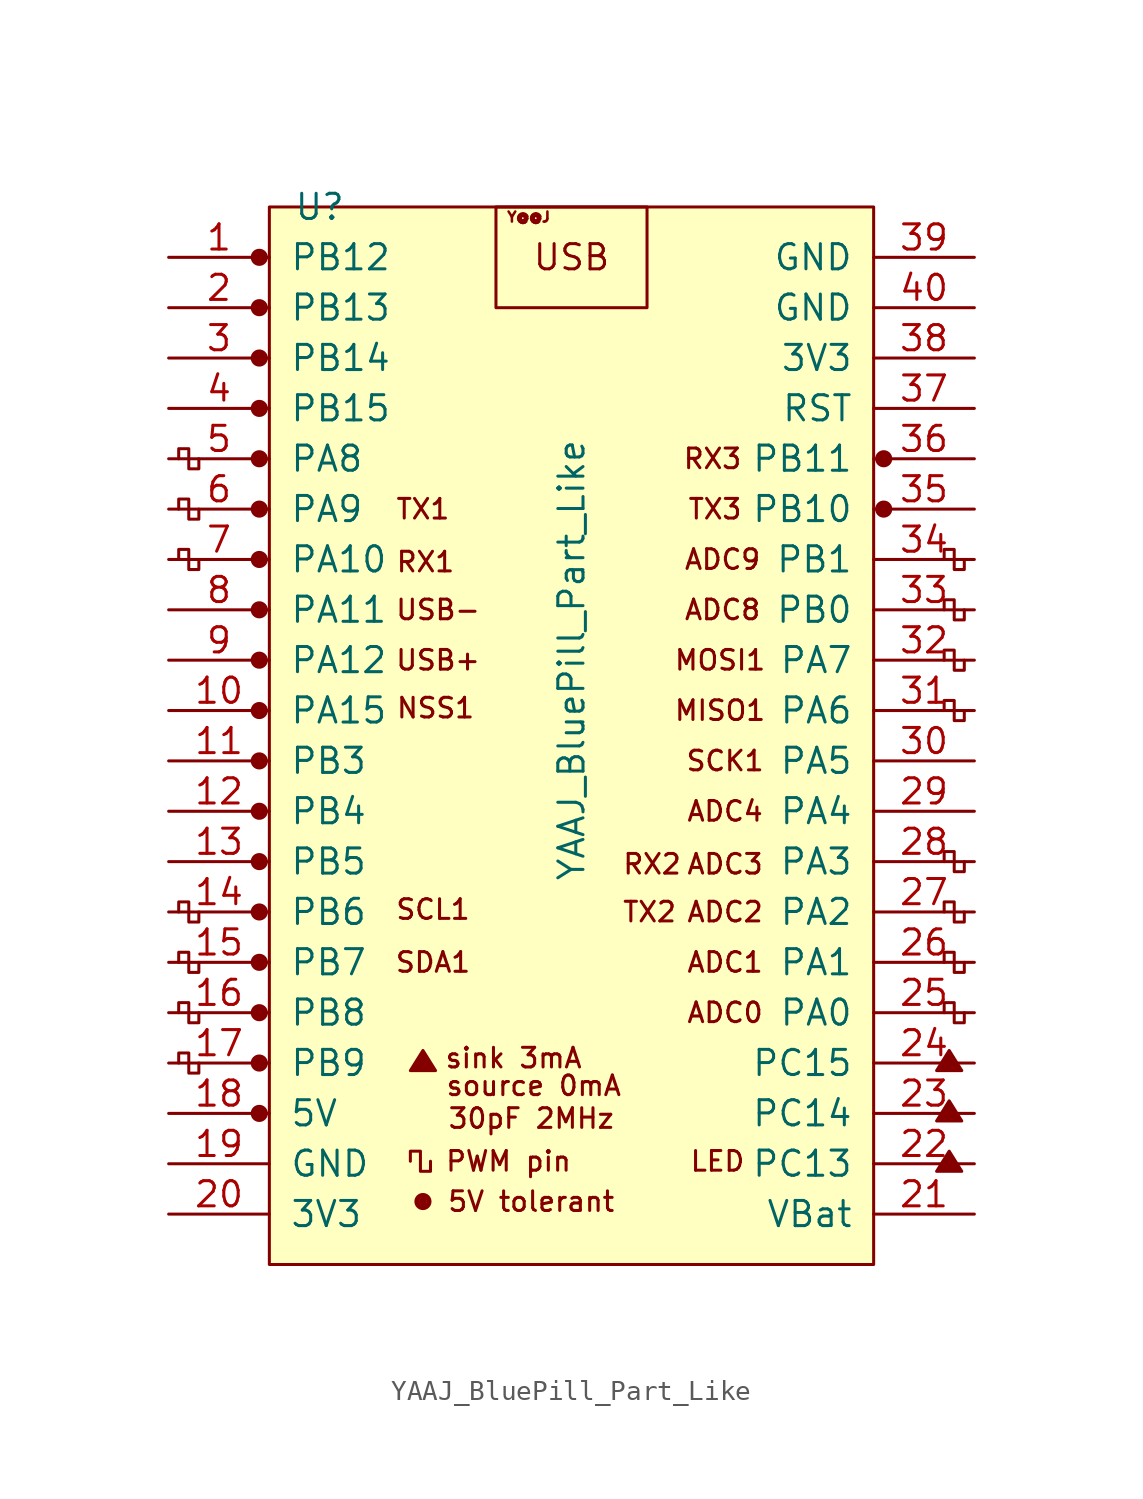
<source format=kicad_sym>
(kicad_symbol_lib
  (version 20210619)
  (generator kicad_symbol_editor)
  (symbol "YAAJ_BluePill_Part_Like"
    (pin_names
      (offset 1.016))
    (property "Reference" "U"
      (at -12.7 25.4 0)
      (effects (font (size 1.27 1.27))))
    (property "Value" "YAAJ_BluePill_Part_Like"
      (at 0 2.54 90)
      (effects (font (size 1.27 1.27))))
    (symbol "YAAJ_BluePill_Part_Like_0_0"
      (circle (center -7.493 -24.765) (radius 0.254) (stroke (width 0)) (fill (type none)))
      (circle (center -7.493 -24.765) (radius 0.356) (stroke (width 0)) (fill (type none)))
      (circle (center 15.748 10.16) (radius 0.356) (stroke (width 0)) (fill (type none)))
      (circle (center 15.748 12.7) (radius 0.356) (stroke (width 0)) (fill (type none)))
      (circle (center -15.748 -20.32) (radius 0.356) (stroke (width 0)) (fill (type outline)))
      (circle (center -15.748 -17.78) (radius 0.356) (stroke (width 0)) (fill (type outline)))
      (circle (center -15.748 -15.24) (radius 0.356) (stroke (width 0)) (fill (type outline)))
      (circle (center -15.748 -12.7) (radius 0.356) (stroke (width 0)) (fill (type outline)))
      (circle (center -15.748 -10.16) (radius 0.356) (stroke (width 0)) (fill (type outline)))
      (circle (center -15.748 -7.62) (radius 0.356) (stroke (width 0)) (fill (type outline)))
      (circle (center -15.748 -5.08) (radius 0.356) (stroke (width 0)) (fill (type outline)))
      (circle (center -15.748 -2.54) (radius 0.356) (stroke (width 0)) (fill (type outline)))
      (circle (center -15.748 0) (radius 0.356) (stroke (width 0)) (fill (type outline)))
      (circle (center -15.748 2.54) (radius 0.356) (stroke (width 0)) (fill (type outline)))
      (circle (center -15.748 5.08) (radius 0.356) (stroke (width 0)) (fill (type outline)))
      (circle (center -15.748 7.62) (radius 0.356) (stroke (width 0)) (fill (type outline)))
      (circle (center -15.748 10.16) (radius 0.356) (stroke (width 0)) (fill (type outline)))
      (circle (center -15.748 12.7) (radius 0.356) (stroke (width 0)) (fill (type outline)))
      (circle (center -15.748 15.24) (radius 0.356) (stroke (width 0)) (fill (type outline)))
      (circle (center -15.748 17.78) (radius 0.356) (stroke (width 0)) (fill (type outline)))
      (circle (center -15.748 22.86) (radius 0.356) (stroke (width 0)) (fill (type outline)))
      (circle (center -7.493 -24.765) (radius 0.127) (stroke (width 0)) (fill (type outline)))
      (circle (center 15.748 10.16) (radius 0.254) (stroke (width 0)) (fill (type outline)))
      (circle (center 15.748 12.7) (radius 0.254) (stroke (width 0)) (fill (type outline)))
      (text "30pF 2MHz" (at -2.032 -20.574 0) (effects (font (size 0.991 0.991))))
      (text "5V tolerant" (at -2.032 -24.765 0) (effects (font (size 0.991 0.991))))
      (text "ADC0" (at 7.747 -15.24 0) (effects (font (size 0.991 0.991))))
      (text "ADC1" (at 7.747 -12.7 0) (effects (font (size 0.991 0.991))))
      (text "ADC2" (at 7.747 -10.16 0) (effects (font (size 0.991 0.991))))
      (text "ADC3" (at 7.747 -7.747 0) (effects (font (size 0.991 0.991))))
      (text "ADC4" (at 7.747 -5.08 0) (effects (font (size 0.991 0.991))))
      (text "ADC8" (at 7.62 5.08 0) (effects (font (size 0.991 0.991))))
      (text "ADC9" (at 7.62 7.62 0) (effects (font (size 0.991 0.991))))
      (text "LED" (at 7.366 -22.733 0) (effects (font (size 0.991 0.991))))
      (text "MISO1" (at 7.493 0 0) (effects (font (size 0.991 0.991))))
      (text "MOSI1" (at 7.493 2.54 0) (effects (font (size 0.991 0.991))))
      (text "NSS1" (at -6.858 0.127 0) (effects (font (size 0.991 0.991))))
      (text "PWM pin" (at -3.175 -22.733 0) (effects (font (size 0.991 0.991))))
      (text "RX1" (at -7.366 7.493 0) (effects (font (size 0.991 0.991))))
      (text "RX2" (at 4.064 -7.747 0) (effects (font (size 0.991 0.991))))
      (text "RX3" (at 7.112 12.7 0) (effects (font (size 0.991 0.991))))
      (text "SCK1" (at 7.747 -2.54 0) (effects (font (size 0.991 0.991))))
      (text "SCL1" (at -6.985 -10.033 0) (effects (font (size 0.991 0.991))))
      (text "SDA1" (at -6.985 -12.7 0) (effects (font (size 0.991 0.991))))
      (text "sink 3mA" (at -2.921 -17.526 0) (effects (font (size 0.991 0.991))))
      (text "source 0mA" (at -1.905 -18.923 0) (effects (font (size 0.991 0.991))))
      (text "TX1" (at -7.493 10.16 0) (effects (font (size 0.991 0.991))))
      (text "TX2" (at 3.937 -10.16 0) (effects (font (size 0.991 0.991))))
      (text "TX3" (at 7.239 10.16 0) (effects (font (size 0.991 0.991))))
      (text "USB" (at 0 22.86 0) (effects (font (size 1.27 1.27))))
      (text "USB+" (at -6.731 2.54 0) (effects (font (size 0.991 0.991))))
      (text "USB-" (at -6.731 5.08 0) (effects (font (size 0.991 0.991))))
      (text "Y@@J" (at -2.159 24.892 0) (effects (font (size 0.508 0.508))))
      (polyline (pts (xy -8.128 -18.161) (xy -7.493 -17.145) (xy -6.858 -18.161) (xy -8.128 -18.161) (xy -7.493 -17.272) (xy -6.985 -18.161) (xy -8.001 -18.034) (xy -7.493 -17.399) (xy -7.112 -18.161) (xy -7.874 -17.907) (xy -7.366 -17.526) (xy -7.239 -18.161) (xy -7.747 -17.78) (xy -7.239 -17.653) (xy -7.366 -18.034) (xy -7.62 -17.78) (xy -7.366 -17.907) (xy -7.493 -17.653)) (stroke (width 0)) (fill (type none)))
      (polyline (pts (xy 18.415 -23.241) (xy 19.05 -22.225) (xy 19.685 -23.241) (xy 18.415 -23.241) (xy 19.05 -22.352) (xy 19.558 -23.241) (xy 18.542 -23.114) (xy 19.05 -22.479) (xy 19.431 -23.241) (xy 18.669 -22.987) (xy 19.177 -22.606) (xy 19.304 -23.241) (xy 18.796 -22.86) (xy 19.304 -22.733) (xy 19.177 -23.114) (xy 18.923 -22.86) (xy 19.177 -22.987) (xy 19.05 -22.733)) (stroke (width 0)) (fill (type none)))
      (polyline (pts (xy 18.415 -20.701) (xy 19.05 -19.685) (xy 19.685 -20.701) (xy 18.415 -20.701) (xy 19.05 -19.812) (xy 19.558 -20.701) (xy 18.542 -20.574) (xy 19.05 -19.939) (xy 19.431 -20.701) (xy 18.669 -20.447) (xy 19.177 -20.066) (xy 19.304 -20.701) (xy 18.796 -20.32) (xy 19.304 -20.193) (xy 19.177 -20.574) (xy 18.923 -20.32) (xy 19.177 -20.447) (xy 19.05 -20.193)) (stroke (width 0)) (fill (type none)))
      (polyline (pts (xy 18.415 -18.161) (xy 19.05 -17.145) (xy 19.685 -18.161) (xy 18.415 -18.161) (xy 19.05 -17.272) (xy 19.558 -18.161) (xy 18.542 -18.034) (xy 19.05 -17.399) (xy 19.431 -18.161) (xy 18.669 -17.907) (xy 19.177 -17.526) (xy 19.304 -18.161) (xy 18.796 -17.78) (xy 19.304 -17.653) (xy 19.177 -18.034) (xy 18.923 -17.78) (xy 19.177 -17.907) (xy 19.05 -17.653)) (stroke (width 0)) (fill (type none))))
    (symbol "YAAJ_BluePill_Part_Like_0_1"
      (rectangle (start 3.81 25.4) (end -3.81 20.32) (stroke (width 0)) (fill (type none)))
      (rectangle (start -15.24 25.4) (end 15.24 -27.94) (stroke (width 0)) (fill (type background)))
      (polyline (pts (xy -18.796 -17.78) (xy -18.796 -18.288) (xy -19.304 -18.288) (xy -19.304 -17.272) (xy -19.812 -17.272) (xy -19.812 -17.78)) (stroke (width 0)) (fill (type none)))
      (polyline (pts (xy -18.796 -15.24) (xy -18.796 -15.748) (xy -19.304 -15.748) (xy -19.304 -14.732) (xy -19.812 -14.732) (xy -19.812 -15.24)) (stroke (width 0)) (fill (type none)))
      (polyline (pts (xy -18.796 -12.7) (xy -18.796 -13.208) (xy -19.304 -13.208) (xy -19.304 -12.192) (xy -19.812 -12.192) (xy -19.812 -12.7)) (stroke (width 0)) (fill (type none)))
      (polyline (pts (xy -18.796 -10.16) (xy -18.796 -10.668) (xy -19.304 -10.668) (xy -19.304 -9.652) (xy -19.812 -9.652) (xy -19.812 -10.16)) (stroke (width 0)) (fill (type none)))
      (polyline (pts (xy -18.796 7.62) (xy -18.796 7.112) (xy -19.304 7.112) (xy -19.304 8.128) (xy -19.812 8.128) (xy -19.812 7.62)) (stroke (width 0)) (fill (type none)))
      (polyline (pts (xy -18.796 10.16) (xy -18.796 9.652) (xy -19.304 9.652) (xy -19.304 10.668) (xy -19.812 10.668) (xy -19.812 10.16)) (stroke (width 0)) (fill (type none)))
      (polyline (pts (xy -18.796 12.7) (xy -18.796 12.192) (xy -19.304 12.192) (xy -19.304 13.208) (xy -19.812 13.208) (xy -19.812 12.7)) (stroke (width 0)) (fill (type none)))
      (polyline (pts (xy -7.112 -22.733) (xy -7.112 -23.241) (xy -7.62 -23.241) (xy -7.62 -22.225) (xy -8.128 -22.225) (xy -8.128 -22.733)) (stroke (width 0)) (fill (type none)))
      (polyline (pts (xy 19.812 -15.24) (xy 19.812 -15.748) (xy 19.304 -15.748) (xy 19.304 -14.732) (xy 18.796 -14.732) (xy 18.796 -15.24)) (stroke (width 0)) (fill (type none)))
      (polyline (pts (xy 19.812 -12.7) (xy 19.812 -13.208) (xy 19.304 -13.208) (xy 19.304 -12.192) (xy 18.796 -12.192) (xy 18.796 -12.7)) (stroke (width 0)) (fill (type none)))
      (polyline (pts (xy 19.812 -10.16) (xy 19.812 -10.668) (xy 19.304 -10.668) (xy 19.304 -9.652) (xy 18.796 -9.652) (xy 18.796 -10.16)) (stroke (width 0)) (fill (type none)))
      (polyline (pts (xy 19.812 -7.62) (xy 19.812 -8.128) (xy 19.304 -8.128) (xy 19.304 -7.112) (xy 18.796 -7.112) (xy 18.796 -7.62)) (stroke (width 0)) (fill (type none)))
      (polyline (pts (xy 19.812 0) (xy 19.812 -0.508) (xy 19.304 -0.508) (xy 19.304 0.508) (xy 18.796 0.508) (xy 18.796 0)) (stroke (width 0)) (fill (type none)))
      (polyline (pts (xy 19.812 2.54) (xy 19.812 2.032) (xy 19.304 2.032) (xy 19.304 3.048) (xy 18.796 3.048) (xy 18.796 2.54)) (stroke (width 0)) (fill (type none)))
      (polyline (pts (xy 19.812 5.08) (xy 19.812 4.572) (xy 19.304 4.572) (xy 19.304 5.588) (xy 18.796 5.588) (xy 18.796 5.08)) (stroke (width 0)) (fill (type none)))
      (polyline (pts (xy 19.812 7.62) (xy 19.812 7.112) (xy 19.304 7.112) (xy 19.304 8.128) (xy 18.796 8.128) (xy 18.796 7.62)) (stroke (width 0)) (fill (type none))))
    (symbol "YAAJ_BluePill_Part_Like_1_1"
      (circle (center -15.748 20.32) (radius 0.356) (stroke (width 0)) (fill (type outline)))
      (pin bidirectional line (at -20.32 22.86 0) (length 5.08) (name "PB12" (effects (font (size 1.27 1.27)))) (number "1" (effects (font (size 1.27 1.27)))))
      (pin bidirectional line (at -20.32 0 0) (length 5.08) (name "PA15" (effects (font (size 1.27 1.27)))) (number "10" (effects (font (size 1.27 1.27)))))
      (pin bidirectional line (at -20.32 -2.54 0) (length 5.08) (name "PB3" (effects (font (size 1.27 1.27)))) (number "11" (effects (font (size 1.27 1.27)))))
      (pin bidirectional line (at -20.32 -5.08 0) (length 5.08) (name "PB4" (effects (font (size 1.27 1.27)))) (number "12" (effects (font (size 1.27 1.27)))))
      (pin bidirectional line (at -20.32 -7.62 0) (length 5.08) (name "PB5" (effects (font (size 1.27 1.27)))) (number "13" (effects (font (size 1.27 1.27)))))
      (pin bidirectional line (at -20.32 -10.16 0) (length 5.08) (name "PB6" (effects (font (size 1.27 1.27)))) (number "14" (effects (font (size 1.27 1.27)))))
      (pin bidirectional line (at -20.32 -12.7 0) (length 5.08) (name "PB7" (effects (font (size 1.27 1.27)))) (number "15" (effects (font (size 1.27 1.27)))))
      (pin bidirectional line (at -20.32 -15.24 0) (length 5.08) (name "PB8" (effects (font (size 1.27 1.27)))) (number "16" (effects (font (size 1.27 1.27)))))
      (pin bidirectional line (at -20.32 -17.78 0) (length 5.08) (name "PB9" (effects (font (size 1.27 1.27)))) (number "17" (effects (font (size 1.27 1.27)))))
      (pin power_in line (at -20.32 -20.32 0) (length 5.08) (name "5V" (effects (font (size 1.27 1.27)))) (number "18" (effects (font (size 1.27 1.27)))))
      (pin power_in line (at -20.32 -22.86 0) (length 5.08) (name "GND" (effects (font (size 1.27 1.27)))) (number "19" (effects (font (size 1.27 1.27)))))
      (pin bidirectional line (at -20.32 20.32 0) (length 5.08) (name "PB13" (effects (font (size 1.27 1.27)))) (number "2" (effects (font (size 1.27 1.27)))))
      (pin power_in line (at -20.32 -25.4 0) (length 5.08) (name "3V3" (effects (font (size 1.27 1.27)))) (number "20" (effects (font (size 1.27 1.27)))))
      (pin power_in line (at 20.32 -25.4 180) (length 5.08) (name "VBat" (effects (font (size 1.27 1.27)))) (number "21" (effects (font (size 1.27 1.27)))))
      (pin bidirectional line (at 20.32 -22.86 180) (length 5.08) (name "PC13" (effects (font (size 1.27 1.27)))) (number "22" (effects (font (size 1.27 1.27)))))
      (pin bidirectional line (at 20.32 -20.32 180) (length 5.08) (name "PC14" (effects (font (size 1.27 1.27)))) (number "23" (effects (font (size 1.27 1.27)))))
      (pin bidirectional line (at 20.32 -17.78 180) (length 5.08) (name "PC15" (effects (font (size 1.27 1.27)))) (number "24" (effects (font (size 1.27 1.27)))))
      (pin bidirectional line (at 20.32 -15.24 180) (length 5.08) (name "PA0" (effects (font (size 1.27 1.27)))) (number "25" (effects (font (size 1.27 1.27)))))
      (pin bidirectional line (at 20.32 -12.7 180) (length 5.08) (name "PA1" (effects (font (size 1.27 1.27)))) (number "26" (effects (font (size 1.27 1.27)))))
      (pin bidirectional line (at 20.32 -10.16 180) (length 5.08) (name "PA2" (effects (font (size 1.27 1.27)))) (number "27" (effects (font (size 1.27 1.27)))))
      (pin bidirectional line (at 20.32 -7.62 180) (length 5.08) (name "PA3" (effects (font (size 1.27 1.27)))) (number "28" (effects (font (size 1.27 1.27)))))
      (pin bidirectional line (at 20.32 -5.08 180) (length 5.08) (name "PA4" (effects (font (size 1.27 1.27)))) (number "29" (effects (font (size 1.27 1.27)))))
      (pin bidirectional line (at -20.32 17.78 0) (length 5.08) (name "PB14" (effects (font (size 1.27 1.27)))) (number "3" (effects (font (size 1.27 1.27)))))
      (pin bidirectional line (at 20.32 -2.54 180) (length 5.08) (name "PA5" (effects (font (size 1.27 1.27)))) (number "30" (effects (font (size 1.27 1.27)))))
      (pin bidirectional line (at 20.32 0 180) (length 5.08) (name "PA6" (effects (font (size 1.27 1.27)))) (number "31" (effects (font (size 1.27 1.27)))))
      (pin bidirectional line (at 20.32 2.54 180) (length 5.08) (name "PA7" (effects (font (size 1.27 1.27)))) (number "32" (effects (font (size 1.27 1.27)))))
      (pin bidirectional line (at 20.32 5.08 180) (length 5.08) (name "PB0" (effects (font (size 1.27 1.27)))) (number "33" (effects (font (size 1.27 1.27)))))
      (pin bidirectional line (at 20.32 7.62 180) (length 5.08) (name "PB1" (effects (font (size 1.27 1.27)))) (number "34" (effects (font (size 1.27 1.27)))))
      (pin bidirectional line (at 20.32 10.16 180) (length 5.08) (name "PB10" (effects (font (size 1.27 1.27)))) (number "35" (effects (font (size 1.27 1.27)))))
      (pin bidirectional line (at 20.32 12.7 180) (length 5.08) (name "PB11" (effects (font (size 1.27 1.27)))) (number "36" (effects (font (size 1.27 1.27)))))
      (pin input line (at 20.32 15.24 180) (length 5.08) (name "RST" (effects (font (size 1.27 1.27)))) (number "37" (effects (font (size 1.27 1.27)))))
      (pin power_in line (at 20.32 17.78 180) (length 5.08) (name "3V3" (effects (font (size 1.27 1.27)))) (number "38" (effects (font (size 1.27 1.27)))))
      (pin power_in line (at 20.32 22.86 180) (length 5.08) (name "GND" (effects (font (size 1.27 1.27)))) (number "39" (effects (font (size 1.27 1.27)))))
      (pin bidirectional line (at -20.32 15.24 0) (length 5.08) (name "PB15" (effects (font (size 1.27 1.27)))) (number "4" (effects (font (size 1.27 1.27)))))
      (pin power_in line (at 20.32 20.32 180) (length 5.08) (name "GND" (effects (font (size 1.27 1.27)))) (number "40" (effects (font (size 1.27 1.27)))))
      (pin bidirectional line (at -20.32 12.7 0) (length 5.08) (name "PA8" (effects (font (size 1.27 1.27)))) (number "5" (effects (font (size 1.27 1.27)))))
      (pin bidirectional line (at -20.32 10.16 0) (length 5.08) (name "PA9" (effects (font (size 1.27 1.27)))) (number "6" (effects (font (size 1.27 1.27)))))
      (pin bidirectional line (at -20.32 7.62 0) (length 5.08) (name "PA10" (effects (font (size 1.27 1.27)))) (number "7" (effects (font (size 1.27 1.27)))))
      (pin bidirectional line (at -20.32 5.08 0) (length 5.08) (name "PA11" (effects (font (size 1.27 1.27)))) (number "8" (effects (font (size 1.27 1.27)))))
      (pin bidirectional line (at -20.32 2.54 0) (length 5.08) (name "PA12" (effects (font (size 1.27 1.27)))) (number "9" (effects (font (size 1.27 1.27))))))))
</source>
